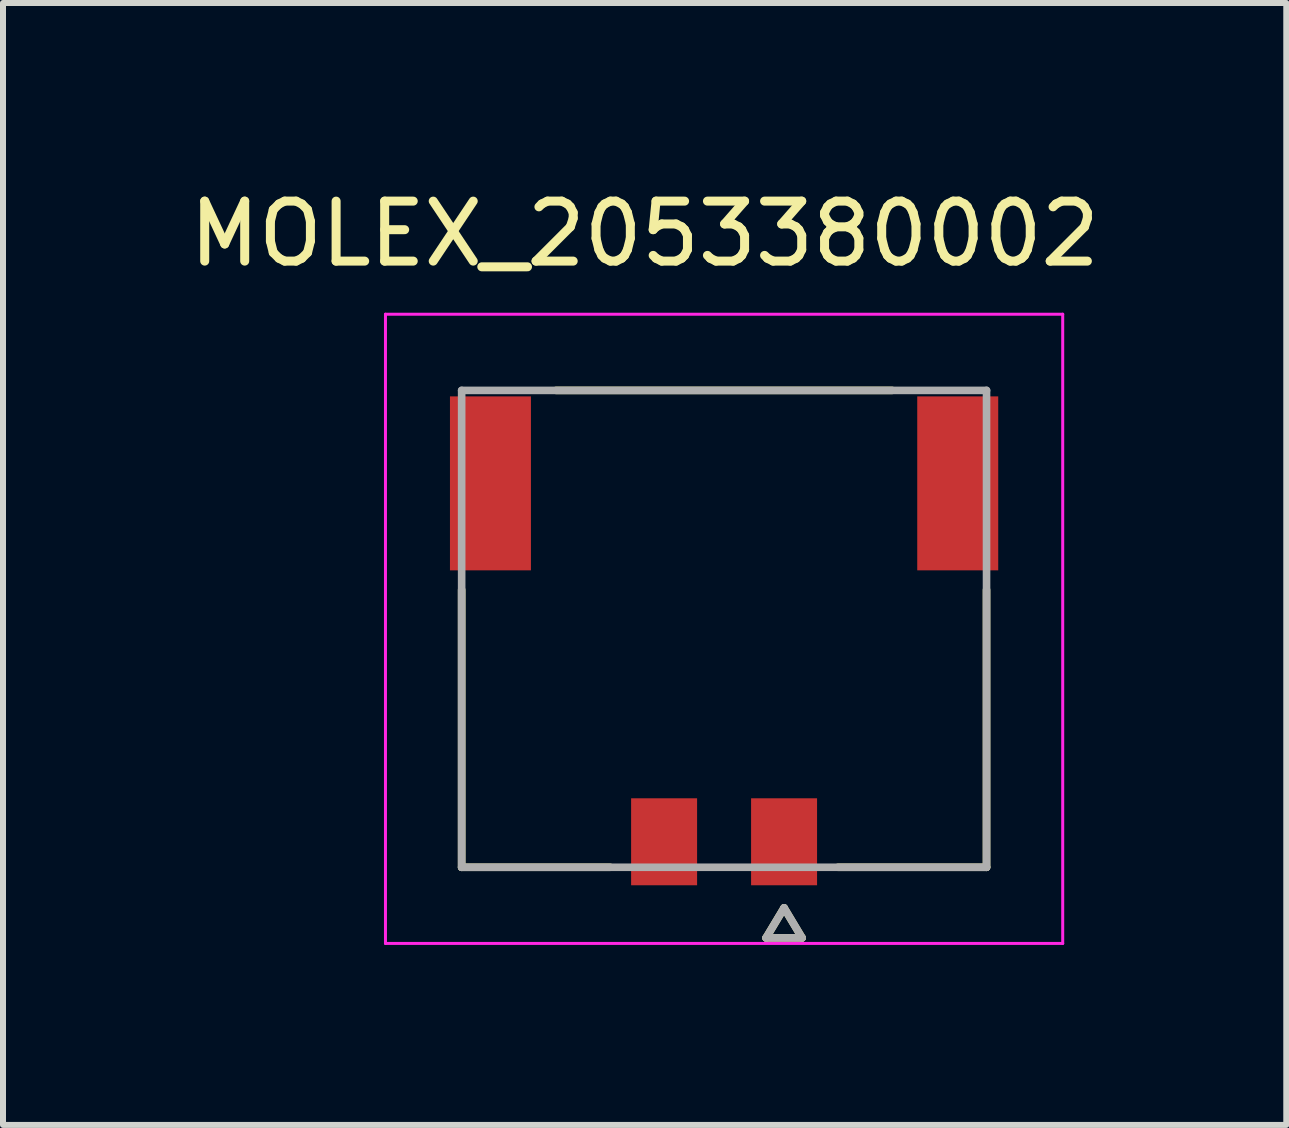
<source format=kicad_pcb>
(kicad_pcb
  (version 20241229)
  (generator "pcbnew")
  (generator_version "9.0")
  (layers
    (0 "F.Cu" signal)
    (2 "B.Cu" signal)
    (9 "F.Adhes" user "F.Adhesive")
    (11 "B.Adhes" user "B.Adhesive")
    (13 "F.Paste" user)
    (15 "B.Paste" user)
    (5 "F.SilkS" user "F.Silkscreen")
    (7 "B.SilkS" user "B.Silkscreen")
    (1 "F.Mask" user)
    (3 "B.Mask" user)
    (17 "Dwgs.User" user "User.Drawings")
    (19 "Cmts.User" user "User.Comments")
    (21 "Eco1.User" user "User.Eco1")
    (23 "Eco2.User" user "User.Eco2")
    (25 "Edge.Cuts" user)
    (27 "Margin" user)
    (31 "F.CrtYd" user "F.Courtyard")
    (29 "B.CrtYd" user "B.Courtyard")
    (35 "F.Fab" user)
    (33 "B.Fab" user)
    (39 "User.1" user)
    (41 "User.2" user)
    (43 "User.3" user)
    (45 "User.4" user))
  (footprint "MOLEX_2053380002"
    (layer "F.Cu")
    (at 9.021 7.433)
    (property "Reference" "MOLEX_2053380002" (at -1.325 -6.585 0) (layer "F.SilkS") (effects (font (size 1 1) (thickness 0.15))))
    (attr smd)
    (fp_poly (pts (xy -4.646 -3.951) (xy -3.144 -3.951) (xy -3.144 -0.899) (xy -4.646 -0.899)) (stroke (width 0.01) (type solid)) (fill yes) (layer "F.Mask"))
    (fp_poly (pts (xy -1.626 2.749) (xy -0.374 2.749) (xy -0.374 4.351) (xy -1.626 4.351)) (stroke (width 0.01) (type solid)) (fill yes) (layer "F.Mask"))
    (fp_poly (pts (xy 0.374 2.749) (xy 1.626 2.749) (xy 1.626 4.351) (xy 0.374 4.351)) (stroke (width 0.01) (type solid)) (fill yes) (layer "F.Mask"))
    (fp_poly (pts (xy 3.144 -3.951) (xy 4.646 -3.951) (xy 4.646 -0.899) (xy 3.144 -0.899)) (stroke (width 0.01) (type solid)) (fill yes) (layer "F.Mask"))
    (fp_line (start -4.375 3.975) (end -4.375 -0.65) (stroke (width 0.127) (type solid)) (layer "F.SilkS"))
    (fp_line (start -1.9 3.975) (end -4.375 3.975) (stroke (width 0.127) (type solid)) (layer "F.SilkS"))
    (fp_line (start 0.7 5.152) (end 1 4.652) (stroke (width 0.127) (type solid)) (layer "F.SilkS"))
    (fp_line (start 1 4.652) (end 1.3 5.152) (stroke (width 0.127) (type solid)) (layer "F.SilkS"))
    (fp_line (start 1.3 5.152) (end 0.7 5.152) (stroke (width 0.127) (type solid)) (layer "F.SilkS"))
    (fp_line (start 2.8 -3.975) (end -2.8 -3.975) (stroke (width 0.127) (type solid)) (layer "F.SilkS"))
    (fp_line (start 4.375 -0.65) (end 4.375 3.975) (stroke (width 0.127) (type solid)) (layer "F.SilkS"))
    (fp_line (start 4.375 3.975) (end 1.9 3.975) (stroke (width 0.127) (type solid)) (layer "F.SilkS"))
    (fp_line (start -5.645 -5.245) (end 5.645 -5.245) (stroke (width 0.05) (type solid)) (layer "F.CrtYd"))
    (fp_line (start -5.645 5.245) (end -5.645 -5.245) (stroke (width 0.05) (type solid)) (layer "F.CrtYd"))
    (fp_line (start -5.645 5.245) (end 5.645 5.245) (stroke (width 0.05) (type solid)) (layer "F.CrtYd"))
    (fp_line (start 5.645 -5.245) (end 5.645 5.245) (stroke (width 0.05) (type solid)) (layer "F.CrtYd"))
    (fp_line (start -4.375 -3.975) (end 4.375 -3.975) (stroke (width 0.127) (type solid)) (layer "F.Fab"))
    (fp_line (start -4.375 3.975) (end -4.375 -3.975) (stroke (width 0.127) (type solid)) (layer "F.Fab"))
    (fp_line (start 0.7 5.152) (end 1 4.652) (stroke (width 0.127) (type solid)) (layer "F.Fab"))
    (fp_line (start 1 4.652) (end 1.3 5.152) (stroke (width 0.127) (type solid)) (layer "F.Fab"))
    (fp_line (start 1.3 5.152) (end 0.7 5.152) (stroke (width 0.127) (type solid)) (layer "F.Fab"))
    (fp_line (start 4.375 -3.975) (end 4.375 3.975) (stroke (width 0.127) (type solid)) (layer "F.Fab"))
    (fp_line (start 4.375 3.975) (end -4.375 3.975) (stroke (width 0.127) (type solid)) (layer "F.Fab"))
    (pad "1" smd rect (at 1 3.55) (size 1.1 1.45) (layers "F.Cu" "F.Paste"))
    (pad "2" smd rect (at -1 3.55) (size 1.1 1.45) (layers "F.Cu" "F.Paste"))
    (pad "S1" smd rect (at 3.895 -2.425) (size 1.35 2.9) (layers "F.Cu" "F.Paste"))
    (pad "S2" smd rect (at -3.895 -2.425) (size 1.35 2.9) (layers "F.Cu" "F.Paste"))
    (zone (net_name "") (layer "F.Cu") (hatch full 0.508) (connect_pads) (min_thickness 0.01) (filled_areas_thickness no) (keepout (tracks not_allowed) (vias not_allowed) (pads not_allowed) (copperpour not_allowed) (footprints allowed)) (placement (enabled no)) (fill) (polygon (pts (xy 5.806 6.463) (xy 5.806 3.458) (xy 6.821 3.458) (xy 6.821 5.458) (xy 11.221 5.458) (xy 11.221 3.458) (xy 12.236 3.458) (xy 12.236 6.463) (xy 12.996 6.463) (xy 12.996 11.058) (xy 10.576 11.058) (xy 10.576 10.253) (xy 9.466 10.253) (xy 9.466 11.058) (xy 8.576 11.058) (xy 8.576 10.253) (xy 7.466 10.253) (xy 7.466 11.058) (xy 5.046 11.058) (xy 5.046 6.463))))
    (zone (net_name "") (layers "F.Cu" "B.Cu") (hatch full 0.508) (connect_pads) (min_thickness 0.01) (filled_areas_thickness no) (keepout (tracks allowed) (vias not_allowed) (pads allowed) (copperpour allowed) (footprints allowed)) (placement (enabled no)) (fill) (polygon (pts (xy 5.806 6.463) (xy 5.806 3.458) (xy 6.821 3.458) (xy 6.821 5.458) (xy 11.221 5.458) (xy 11.221 3.458) (xy 12.236 3.458) (xy 12.236 6.463) (xy 12.996 6.463) (xy 12.996 11.058) (xy 10.576 11.058) (xy 10.576 10.253) (xy 9.466 10.253) (xy 9.466 11.058) (xy 8.576 11.058) (xy 8.576 10.253) (xy 7.466 10.253) (xy 7.466 11.058) (xy 5.046 11.058) (xy 5.046 6.463)))))
  (gr_rect
    (start -3 -3)
    (end 18.393 15.703)
    (stroke (width 0.1) (type default))
    (fill no)
    (layer "Edge.Cuts")))
</source>
